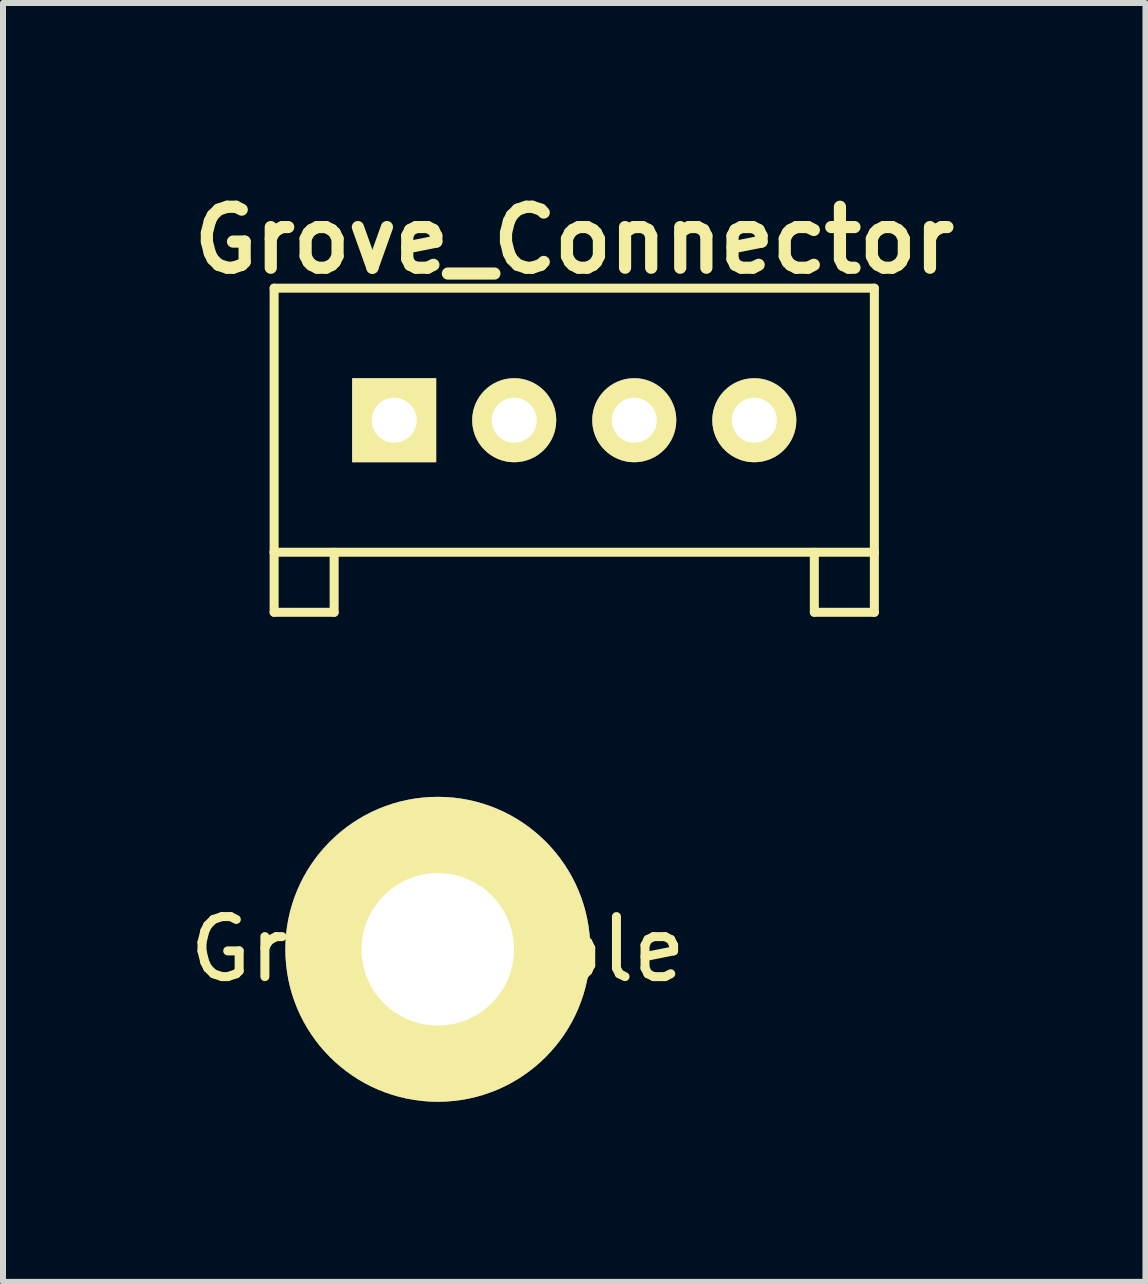
<source format=kicad_pcb>
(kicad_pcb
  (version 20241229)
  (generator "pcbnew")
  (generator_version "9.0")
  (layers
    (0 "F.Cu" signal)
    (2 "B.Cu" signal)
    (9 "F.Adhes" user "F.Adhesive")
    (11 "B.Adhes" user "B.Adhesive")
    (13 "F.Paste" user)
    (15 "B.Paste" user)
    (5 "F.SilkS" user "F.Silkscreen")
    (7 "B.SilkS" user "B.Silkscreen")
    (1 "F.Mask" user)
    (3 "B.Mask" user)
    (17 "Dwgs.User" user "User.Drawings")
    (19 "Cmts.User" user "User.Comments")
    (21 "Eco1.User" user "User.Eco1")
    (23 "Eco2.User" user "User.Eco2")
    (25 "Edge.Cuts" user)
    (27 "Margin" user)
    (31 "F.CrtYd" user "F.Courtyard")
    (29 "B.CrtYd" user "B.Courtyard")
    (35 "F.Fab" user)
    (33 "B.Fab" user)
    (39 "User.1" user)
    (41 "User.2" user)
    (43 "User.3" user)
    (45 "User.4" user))
  (footprint "Grove_Connector"
    (layer "F.Cu")
    (at 6.517 3.951)
    (property "Reference" "Grove_Connector" (at 0 -3 0) (layer "F.SilkS") (effects (font (size 1.016 1.016) (thickness 0.203))))
    (attr through_hole)
    (fp_line (start -5 -2.2) (end -5 2.2) (stroke (width 0.15) (type solid)) (layer "F.SilkS"))
    (fp_line (start -5 -2.2) (end 5 -2.2) (stroke (width 0.15) (type solid)) (layer "F.SilkS"))
    (fp_line (start -5 2.2) (end -5 3.2) (stroke (width 0.15) (type solid)) (layer "F.SilkS"))
    (fp_line (start -5 2.2) (end 5 2.2) (stroke (width 0.15) (type solid)) (layer "F.SilkS"))
    (fp_line (start -5 3.2) (end -4 3.2) (stroke (width 0.15) (type solid)) (layer "F.SilkS"))
    (fp_line (start -4 3.2) (end -4 2.2) (stroke (width 0.15) (type solid)) (layer "F.SilkS"))
    (fp_line (start 4 3.2) (end 4 2.2) (stroke (width 0.15) (type solid)) (layer "F.SilkS"))
    (fp_line (start 5 2.2) (end 5 -2.2) (stroke (width 0.15) (type solid)) (layer "F.SilkS"))
    (fp_line (start 5 2.2) (end 5 3.2) (stroke (width 0.15) (type solid)) (layer "F.SilkS"))
    (fp_line (start 5 3.2) (end 4 3.2) (stroke (width 0.15) (type solid)) (layer "F.SilkS"))
    (pad "1" thru_hole rect (at -3 0) (size 1.4 1.4) (drill 0.75) (layers "*.Cu" "*.Mask" "F.SilkS"))
    (pad "2" thru_hole circle (at -1 0) (size 1.4 1.4) (drill 0.75) (layers "*.Cu" "*.Mask" "F.SilkS"))
    (pad "3" thru_hole circle (at 1 0) (size 1.4 1.4) (drill 0.75) (layers "*.Cu" "*.Mask" "F.SilkS"))
    (pad "4" thru_hole circle (at 3 0) (size 1.4 1.4) (drill 0.75) (layers "*.Cu" "*.Mask" "F.SilkS")))
  (footprint "Grove_Hole"
    (layer "F.Cu")
    (at 4.244 12.766)
    (property "Reference" "Grove_Hole" (at 0 0 0) (layer "F.SilkS") (effects (font (size 1 1) (thickness 0.15))))
    (attr through_hole)
    (pad "1" thru_hole circle (at 0 0) (size 5.08 5.08) (drill 2.54) (layers "*.Cu" "*.Mask" "F.SilkS")))
  (gr_rect
    (start -3 -3)
    (end 16.034 18.306)
    (stroke (width 0.1) (type default))
    (fill no)
    (layer "Edge.Cuts")))
</source>
